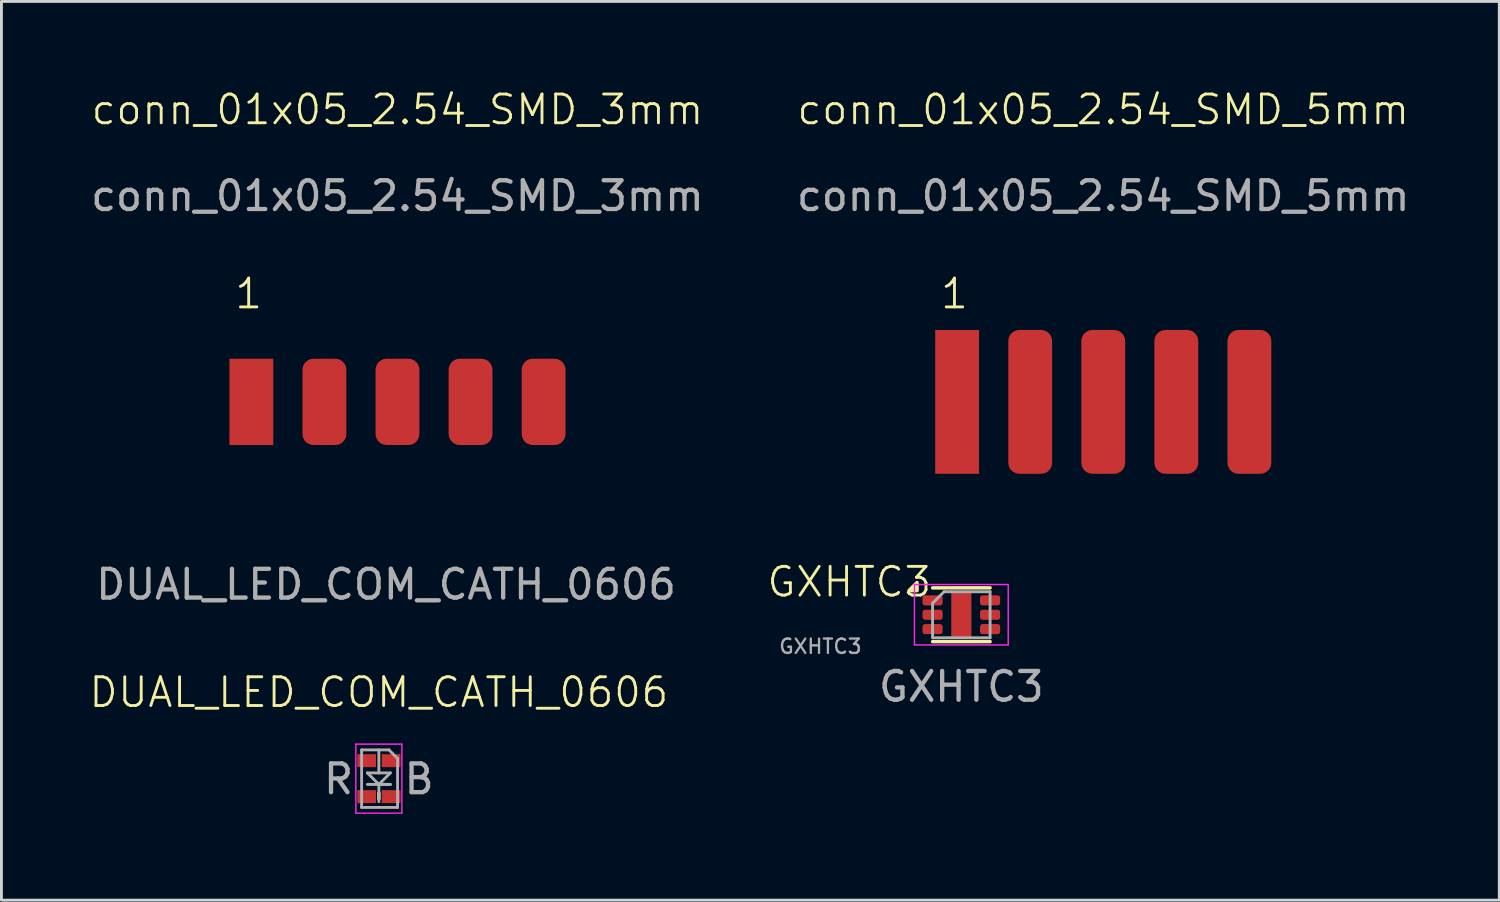
<source format=kicad_pcb>
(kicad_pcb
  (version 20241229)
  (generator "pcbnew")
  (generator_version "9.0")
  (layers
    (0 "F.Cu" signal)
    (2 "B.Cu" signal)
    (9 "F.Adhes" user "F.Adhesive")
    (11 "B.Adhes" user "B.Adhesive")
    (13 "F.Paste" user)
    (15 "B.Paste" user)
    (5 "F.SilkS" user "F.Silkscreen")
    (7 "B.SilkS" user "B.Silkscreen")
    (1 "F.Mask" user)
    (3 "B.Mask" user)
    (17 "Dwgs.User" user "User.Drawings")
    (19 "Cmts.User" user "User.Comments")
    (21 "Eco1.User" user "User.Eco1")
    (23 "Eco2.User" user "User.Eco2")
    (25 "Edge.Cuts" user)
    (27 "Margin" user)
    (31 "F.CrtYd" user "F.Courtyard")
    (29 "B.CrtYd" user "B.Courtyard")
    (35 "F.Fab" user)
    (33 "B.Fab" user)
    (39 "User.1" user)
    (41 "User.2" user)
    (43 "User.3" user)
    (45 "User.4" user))
  (footprint "conn_01x05_2.54_SMD_5mm"
    (layer "F.Cu")
    (at 35.304 10.921)
    (property "Reference" "conn_01x05_2.54_SMD_5mm" (at 0 -10.16 0) (unlocked yes) (layer "F.SilkS") (effects (font (size 1 1) (thickness 0.1))))
    (attr smd)
    (fp_text user "1" (at -5.715 -3.175 0) (unlocked yes) (layer "F.SilkS") (effects (font (size 1 1) (thickness 0.1)) (justify left bottom)))
    (fp_text user "${REFERENCE}" (at 0 -7.16 0) (unlocked yes) (layer "F.Fab") (effects (font (size 1 1) (thickness 0.15))))
    (pad "1" smd rect (at -5.08 0 90) (size 5 1.524) (layers "F.Cu" "F.Mask" "F.Paste"))
    (pad "2" smd roundrect (at -2.54 0 90) (size 5 1.524) (layers "F.Cu" "F.Mask" "F.Paste") (roundrect_rratio 0.25))
    (pad "3" smd roundrect (at 0 0 90) (size 5 1.524) (layers "F.Cu" "F.Mask" "F.Paste") (roundrect_rratio 0.25))
    (pad "4" smd roundrect (at 2.54 0 90) (size 5 1.524) (layers "F.Cu" "F.Mask" "F.Paste") (roundrect_rratio 0.25))
    (pad "5" smd roundrect (at 5.08 0 90) (size 5 1.524) (layers "F.Cu" "F.Mask" "F.Paste") (roundrect_rratio 0.25)))
  (footprint "GXHTC3"
    (layer "F.Cu")
    (at 30.37 18.321)
    (property "Reference" "GXHTC3" (at -3.895 -1.14 0) (unlocked yes) (layer "F.SilkS") (effects (font (size 1 1) (thickness 0.1))))
    (attr smd)
    (fp_line (start -1 -0.935) (end 1 -0.935) (stroke (width 0.12) (type solid)) (layer "F.SilkS"))
    (fp_line (start -1 0.935) (end 1 0.935) (stroke (width 0.12) (type solid)) (layer "F.SilkS"))
    (fp_poly (pts (xy -1.54 -0.84) (xy -1.82 -0.84) (xy -1.54 -1.12) (xy -1.54 -0.84)) (stroke (width 0.12) (type solid)) (fill yes) (layer "F.SilkS"))
    (fp_line (start -1.63 -1.05) (end -1.63 1.05) (stroke (width 0.05) (type solid)) (layer "F.CrtYd"))
    (fp_line (start -1.63 1.05) (end 1.63 1.05) (stroke (width 0.05) (type solid)) (layer "F.CrtYd"))
    (fp_line (start 1.63 -1.05) (end -1.63 -1.05) (stroke (width 0.05) (type solid)) (layer "F.CrtYd"))
    (fp_line (start 1.63 1.05) (end 1.63 -1.05) (stroke (width 0.05) (type solid)) (layer "F.CrtYd"))
    (fp_line (start -1 -0.4) (end -0.6 -0.8) (stroke (width 0.1) (type solid)) (layer "F.Fab"))
    (fp_line (start -1 0.8) (end -1 -0.4) (stroke (width 0.1) (type solid)) (layer "F.Fab"))
    (fp_line (start -0.6 -0.8) (end 1 -0.8) (stroke (width 0.1) (type solid)) (layer "F.Fab"))
    (fp_line (start 1 -0.8) (end 1 0.8) (stroke (width 0.1) (type solid)) (layer "F.Fab"))
    (fp_line (start 1 0.8) (end -1 0.8) (stroke (width 0.1) (type solid)) (layer "F.Fab"))
    (fp_text user "${REFERENCE}" (at 0 2.5 0) (unlocked yes) (layer "F.Fab") (effects (font (size 1 1) (thickness 0.15))))
    (fp_text user "${REFERENCE}" (at -4.9 1.1 0) (layer "F.Fab") (effects (font (size 0.5 0.5) (thickness 0.08))))
    (pad "" smd roundrect (at 0.025 0.025) (size 0.55 1.45) (layers "F.Paste") (roundrect_rratio 0.25))
    (pad "1" smd roundrect (at -1 -0.5) (size 0.7 0.35) (layers "F.Cu" "F.Mask" "F.Paste") (roundrect_rratio 0.25))
    (pad "2" smd roundrect (at -1 0) (size 0.7 0.35) (layers "F.Cu" "F.Mask" "F.Paste") (roundrect_rratio 0.25))
    (pad "3" smd roundrect (at -1 0.5) (size 0.7 0.35) (layers "F.Cu" "F.Mask" "F.Paste") (roundrect_rratio 0.25))
    (pad "4" smd roundrect (at 1 0.5) (size 0.7 0.35) (layers "F.Cu" "F.Mask" "F.Paste") (roundrect_rratio 0.25))
    (pad "5" smd roundrect (at 1 0) (size 0.7 0.35) (layers "F.Cu" "F.Mask" "F.Paste") (roundrect_rratio 0.25))
    (pad "6" smd roundrect (at 1 -0.5) (size 0.7 0.35) (layers "F.Cu" "F.Mask" "F.Paste") (roundrect_rratio 0.25))
    (pad "7" smd rect (at 0 0) (size 0.7 1.6) (property pad_prop_heatsink) (layers "F.Cu" "F.Mask")))
  (footprint "DUAL_LED_COM_CATH_0606"
    (layer "F.Cu")
    (at 10.121 24.019)
    (property "Reference" "DUAL_LED_COM_CATH_0606" (at 0 -3 0) (unlocked yes) (layer "F.SilkS") (effects (font (size 1 1) (thickness 0.1))))
    (attr smd)
    (fp_line (start 0 0.5) (end 0 0.7) (stroke (width 0.12) (type solid)) (layer "F.SilkS"))
    (fp_line (start -0.8 -1.2) (end 0.8 -1.2) (stroke (width 0.05) (type solid)) (layer "F.CrtYd"))
    (fp_line (start -0.8 1.2) (end -0.8 -1.2) (stroke (width 0.05) (type solid)) (layer "F.CrtYd"))
    (fp_line (start 0.8 -1.2) (end 0.8 1.2) (stroke (width 0.05) (type solid)) (layer "F.CrtYd"))
    (fp_line (start 0.8 1.2) (end -0.8 1.2) (stroke (width 0.05) (type solid)) (layer "F.CrtYd"))
    (fp_line (start -0.6 -1) (end -0.6 1) (stroke (width 0.1) (type solid)) (layer "F.Fab"))
    (fp_line (start -0.6 1) (end 0.65 1) (stroke (width 0.1) (type solid)) (layer "F.Fab"))
    (fp_line (start -0.4 -0.2) (end 0 0.2) (stroke (width 0.1) (type default)) (layer "F.Fab"))
    (fp_line (start -0.4 0.2) (end 0.4 0.2) (stroke (width 0.1) (type default)) (layer "F.Fab"))
    (fp_line (start 0 -1) (end 0 -0.2) (stroke (width 0.1) (type default)) (layer "F.Fab"))
    (fp_line (start 0 -0.2) (end -0.4 -0.2) (stroke (width 0.1) (type default)) (layer "F.Fab"))
    (fp_line (start 0 0.2) (end 0 0.8) (stroke (width 0.1) (type default)) (layer "F.Fab"))
    (fp_line (start 0 0.2) (end 0.4 -0.2) (stroke (width 0.1) (type default)) (layer "F.Fab"))
    (fp_line (start 0.35 -1) (end -0.6 -1) (stroke (width 0.1) (type solid)) (layer "F.Fab"))
    (fp_line (start 0.35 -1) (end 0.65 -0.7) (stroke (width 0.1) (type solid)) (layer "F.Fab"))
    (fp_line (start 0.4 -0.2) (end 0 -0.2) (stroke (width 0.1) (type default)) (layer "F.Fab"))
    (fp_line (start 0.4 0.2) (end 0 0.2) (stroke (width 0.1) (type default)) (layer "F.Fab"))
    (fp_line (start 0.65 1) (end 0.65 -0.7) (stroke (width 0.1) (type solid)) (layer "F.Fab"))
    (fp_text user "R" (at -2 0.6 0) (unlocked yes) (layer "F.Fab") (effects (font (size 1 1) (thickness 0.15)) (justify left bottom)))
    (fp_text user "${REFERENCE}" (at 0.25 -6.75 0) (unlocked yes) (layer "F.Fab") (effects (font (size 1 1) (thickness 0.15))))
    (fp_text user "B" (at 0.8 0.6 0) (unlocked yes) (layer "F.Fab") (effects (font (size 1 1) (thickness 0.15)) (justify left bottom)))
    (pad "1" smd rect (at 0.425 -0.625 90) (size 0.45 0.65) (layers "F.Cu" "F.Mask" "F.Paste"))
    (pad "2" smd rect (at 0.425 0.625 90) (size 0.45 0.65) (layers "F.Cu" "F.Mask" "F.Paste"))
    (pad "3" smd rect (at -0.425 -0.625 90) (size 0.45 0.65) (layers "F.Cu" "F.Mask" "F.Paste"))
    (pad "4" smd rect (at -0.425 0.625 90) (size 0.45 0.65) (layers "F.Cu" "F.Mask" "F.Paste")))
  (footprint "conn_01x05_2.54_SMD_3mm"
    (layer "F.Cu")
    (at 10.768 10.921)
    (property "Reference" "conn_01x05_2.54_SMD_3mm" (at 0 -10.16 0) (unlocked yes) (layer "F.SilkS") (effects (font (size 1 1) (thickness 0.1))))
    (attr smd)
    (fp_text user "1" (at -5.715 -3.175 0) (unlocked yes) (layer "F.SilkS") (effects (font (size 1 1) (thickness 0.1)) (justify left bottom)))
    (fp_text user "${REFERENCE}" (at 0 -7.16 0) (unlocked yes) (layer "F.Fab") (effects (font (size 1 1) (thickness 0.15))))
    (pad "1" smd rect (at -5.08 0 90) (size 3 1.524) (layers "F.Cu" "F.Mask" "F.Paste"))
    (pad "2" smd roundrect (at -2.54 0 90) (size 3 1.524) (layers "F.Cu" "F.Mask" "F.Paste") (roundrect_rratio 0.25))
    (pad "3" smd roundrect (at 0 0 90) (size 3 1.524) (layers "F.Cu" "F.Mask" "F.Paste") (roundrect_rratio 0.25))
    (pad "4" smd roundrect (at 2.54 0 90) (size 3 1.524) (layers "F.Cu" "F.Mask" "F.Paste") (roundrect_rratio 0.25))
    (pad "5" smd roundrect (at 5.08 0 90) (size 3 1.524) (layers "F.Cu" "F.Mask" "F.Paste") (roundrect_rratio 0.25)))
  (gr_rect
    (start -3 -3)
    (end 49.071 28.244)
    (stroke (width 0.1) (type default))
    (fill no)
    (layer "Edge.Cuts")))
</source>
